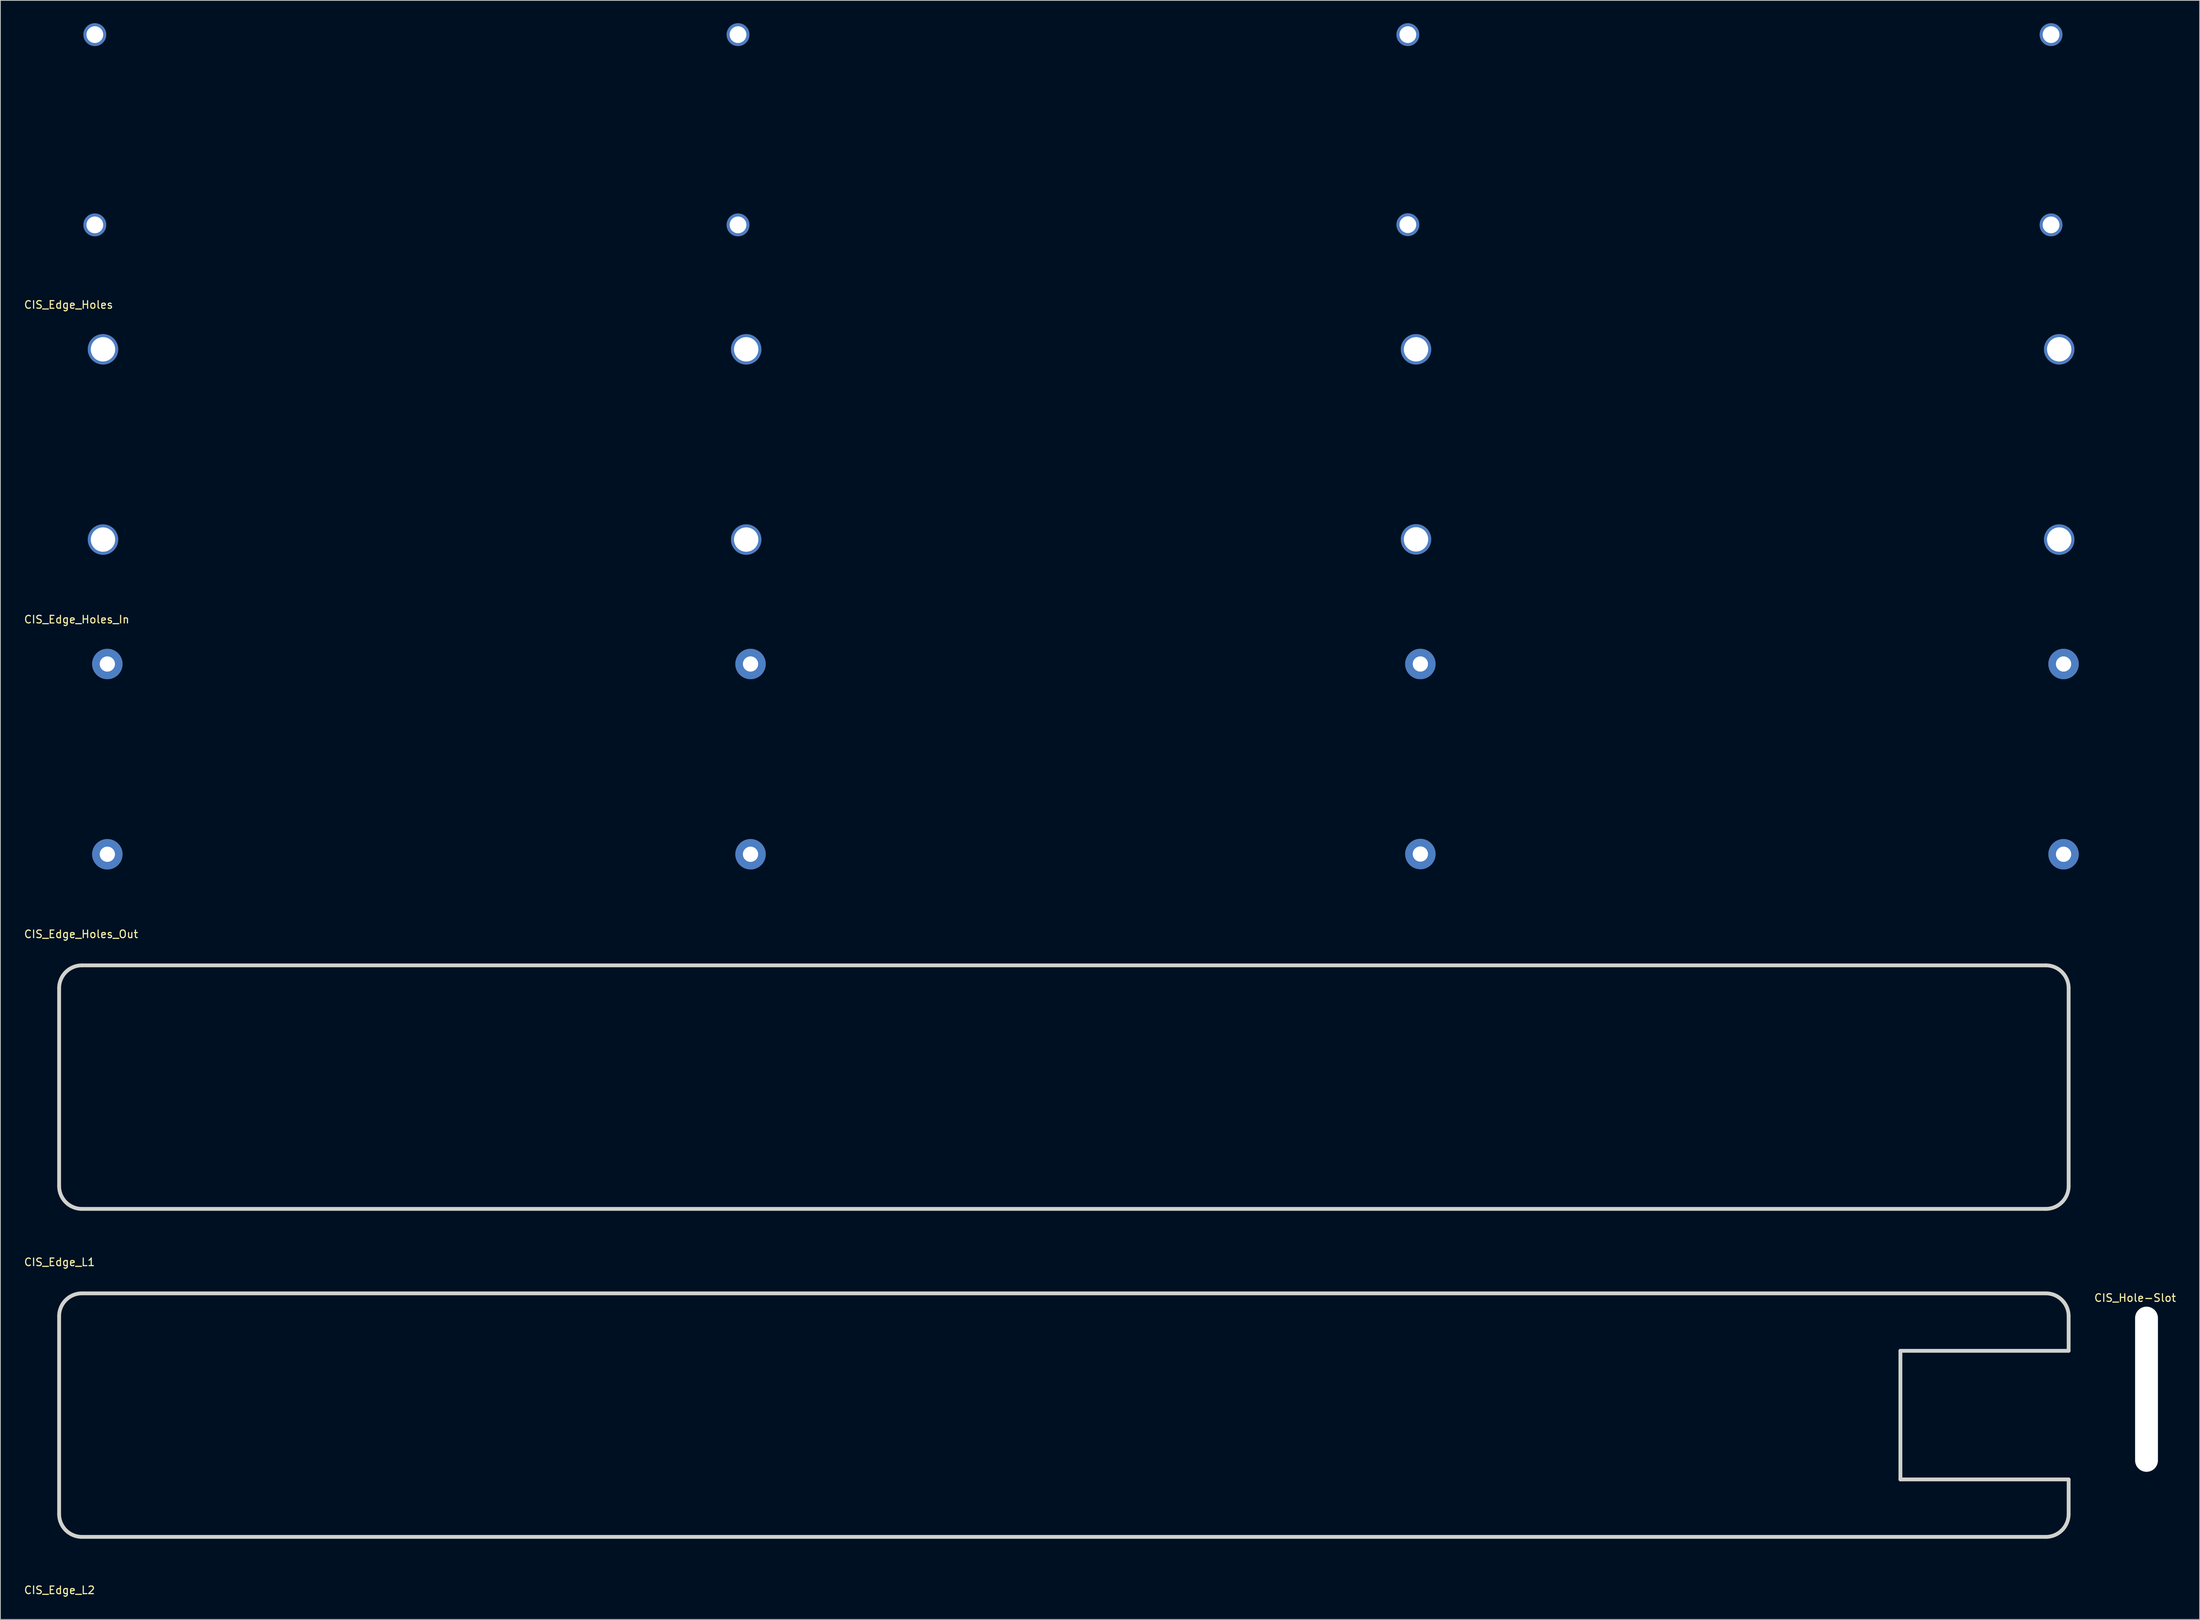
<source format=kicad_pcb>
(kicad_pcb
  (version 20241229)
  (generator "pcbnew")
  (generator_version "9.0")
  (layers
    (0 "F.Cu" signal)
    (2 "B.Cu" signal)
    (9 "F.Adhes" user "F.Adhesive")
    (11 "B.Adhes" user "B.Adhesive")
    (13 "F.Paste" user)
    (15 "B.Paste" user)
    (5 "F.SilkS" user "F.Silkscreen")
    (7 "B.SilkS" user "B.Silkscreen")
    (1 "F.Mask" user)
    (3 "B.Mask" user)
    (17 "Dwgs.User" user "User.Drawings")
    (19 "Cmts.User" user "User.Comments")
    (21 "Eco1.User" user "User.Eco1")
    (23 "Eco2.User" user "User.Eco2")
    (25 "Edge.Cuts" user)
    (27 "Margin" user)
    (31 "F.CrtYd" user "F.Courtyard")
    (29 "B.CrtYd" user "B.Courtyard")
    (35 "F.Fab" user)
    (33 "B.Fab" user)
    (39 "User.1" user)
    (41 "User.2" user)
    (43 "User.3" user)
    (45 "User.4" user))
  (footprint "CIS_Hole-Slot"
    (layer "F.Cu")
    (at 277.45 179.491)
    (property "Reference" "CIS_Hole-Slot" (at 0 -12 0) (layer "F.SilkS") (effects (font (size 1 1) (thickness 0.15))))
    (attr exclude_from_pos_files exclude_from_bom)
    (pad "" np_thru_hole oval (at 1.5 0) (size 3 21.7) (drill oval 3 21.7) (layers "*.Cu" "*.Mask")))
  (footprint "CIS_Edge_L1"
    (layer "F.Cu")
    (at 4.718 155.795)
    (property "Reference" "CIS_Edge_L1" (at 0.05 7 0) (unlocked yes) (layer "F.SilkS") (effects (font (size 1 1) (thickness 0.15))))
    (attr through_hole board_only exclude_from_pos_files exclude_from_bom)
    (fp_line (start 0 -29) (end 0 -3) (stroke (width 0.5) (type solid)) (layer "Edge.Cuts"))
    (fp_line (start 3 0) (end 261 0) (stroke (width 0.5) (type solid)) (layer "Edge.Cuts"))
    (fp_line (start 261 -32) (end 3 -32) (stroke (width 0.5) (type solid)) (layer "Edge.Cuts"))
    (fp_line (start 264 -3) (end 264 -29) (stroke (width 0.5) (type solid)) (layer "Edge.Cuts"))
    (fp_arc (start 0 -29) (mid 0.87868 -31.12132) (end 3 -32) (stroke (width 0.5) (type solid)) (layer "Edge.Cuts"))
    (fp_arc (start 3 0) (mid 0.87868 -0.87868) (end 0 -3) (stroke (width 0.5) (type solid)) (layer "Edge.Cuts"))
    (fp_arc (start 261 -32) (mid 263.12132 -31.12132) (end 264 -29) (stroke (width 0.5) (type solid)) (layer "Edge.Cuts"))
    (fp_arc (start 264 -3) (mid 263.12132 -0.87868) (end 261 0) (stroke (width 0.5) (type solid)) (layer "Edge.Cuts")))
  (footprint "CIS_Edge_Holes_In"
    (layer "F.Cu")
    (at 6.98 71.348)
    (property "Reference" "CIS_Edge_Holes_In" (at 0.05 7 0) (unlocked yes) (layer "F.SilkS") (effects (font (size 1 1) (thickness 0.15))))
    (attr through_hole board_only exclude_from_pos_files exclude_from_bom)
    (pad "" thru_hole circle (at 3.5 -28.5) (size 4 4) (drill 3.2) (layers "*.Cu" "*.Mask"))
    (pad "" thru_hole circle (at 3.5 -3.5) (size 4 4) (drill 3.2) (layers "*.Cu" "*.Mask"))
    (pad "" thru_hole circle (at 88 -28.5) (size 4 4) (drill 3.2) (layers "*.Cu" "*.Mask"))
    (pad "" thru_hole circle (at 88 -3.5) (size 4 4) (drill 3.2) (layers "*.Cu" "*.Mask"))
    (pad "" thru_hole circle (at 176 -28.5) (size 4 4) (drill 3.2) (layers "*.Cu" "*.Mask"))
    (pad "" thru_hole circle (at 176 -3.529) (size 4 4) (drill 3.2) (layers "*.Cu" "*.Mask"))
    (pad "" thru_hole circle (at 260.5 -28.5) (size 4 4) (drill 3.2) (layers "*.Cu" "*.Mask"))
    (pad "" thru_hole circle (at 260.5 -3.5) (size 4 4) (drill 3.2) (layers "*.Cu" "*.Mask")))
  (footprint "CIS_Edge_Holes"
    (layer "F.Cu")
    (at 5.908 30)
    (property "Reference" "CIS_Edge_Holes" (at 0.05 7 0) (unlocked yes) (layer "F.SilkS") (effects (font (size 1 1) (thickness 0.15))))
    (attr through_hole board_only exclude_from_pos_files exclude_from_bom)
    (pad "" thru_hole circle (at 3.5 -28.5) (size 3 3) (drill 2.2) (layers "*.Cu" "*.Mask"))
    (pad "" thru_hole circle (at 3.5 -3.5) (size 3 3) (drill 2.2) (layers "*.Cu" "*.Mask"))
    (pad "" thru_hole circle (at 88 -28.5) (size 3 3) (drill 2.2) (layers "*.Cu" "*.Mask"))
    (pad "" thru_hole circle (at 88 -3.5) (size 3 3) (drill 2.2) (layers "*.Cu" "*.Mask"))
    (pad "" thru_hole circle (at 176 -28.5) (size 3 3) (drill 2.2) (layers "*.Cu" "*.Mask"))
    (pad "" thru_hole circle (at 176 -3.529) (size 3 3) (drill 2.2) (layers "*.Cu" "*.Mask"))
    (pad "" thru_hole circle (at 260.5 -28.5) (size 3 3) (drill 2.2) (layers "*.Cu" "*.Mask"))
    (pad "" thru_hole circle (at 260.5 -3.5) (size 3 3) (drill 2.2) (layers "*.Cu" "*.Mask")))
  (footprint "CIS_Edge_L2"
    (layer "F.Cu")
    (at 4.718 198.893)
    (property "Reference" "CIS_Edge_L2" (at 0.05 7 0) (unlocked yes) (layer "F.SilkS") (effects (font (size 1 1) (thickness 0.15))))
    (attr through_hole board_only exclude_from_pos_files exclude_from_bom)
    (fp_line (start 0 -29) (end 0 -3) (stroke (width 0.5) (type solid)) (layer "Edge.Cuts"))
    (fp_line (start 3 0) (end 261 0) (stroke (width 0.5) (type solid)) (layer "Edge.Cuts"))
    (fp_line (start 241.9 -24.45) (end 264 -24.45) (stroke (width 0.5) (type solid)) (layer "Edge.Cuts"))
    (fp_line (start 241.9 -7.55) (end 241.9 -24.45) (stroke (width 0.5) (type solid)) (layer "Edge.Cuts"))
    (fp_line (start 261 -32) (end 3 -32) (stroke (width 0.5) (type solid)) (layer "Edge.Cuts"))
    (fp_line (start 264 -24.45) (end 264 -29) (stroke (width 0.5) (type solid)) (layer "Edge.Cuts"))
    (fp_line (start 264 -7.55) (end 241.9 -7.55) (stroke (width 0.5) (type solid)) (layer "Edge.Cuts"))
    (fp_line (start 264 -3) (end 264 -7.55) (stroke (width 0.5) (type solid)) (layer "Edge.Cuts"))
    (fp_arc (start 0 -29) (mid 0.87868 -31.12132) (end 3 -32) (stroke (width 0.5) (type solid)) (layer "Edge.Cuts"))
    (fp_arc (start 3 0) (mid 0.87868 -0.87868) (end 0 -3) (stroke (width 0.5) (type solid)) (layer "Edge.Cuts"))
    (fp_arc (start 261 -32) (mid 263.12132 -31.12132) (end 264 -29) (stroke (width 0.5) (type solid)) (layer "Edge.Cuts"))
    (fp_arc (start 264 -3) (mid 263.12132 -0.87868) (end 261 0) (stroke (width 0.5) (type solid)) (layer "Edge.Cuts")))
  (footprint "CIS_Edge_Holes_Out"
    (layer "F.Cu")
    (at 7.551 112.697)
    (property "Reference" "CIS_Edge_Holes_Out" (at 0.05 7 0) (unlocked yes) (layer "F.SilkS") (effects (font (size 1 1) (thickness 0.15))))
    (attr through_hole board_only exclude_from_pos_files exclude_from_bom)
    (pad "" thru_hole circle (at 3.5 -28.5) (size 4 4) (drill 2) (layers "*.Cu" "*.Mask"))
    (pad "" thru_hole circle (at 3.5 -3.5) (size 4 4) (drill 2) (layers "*.Cu" "*.Mask"))
    (pad "" thru_hole circle (at 88 -28.5) (size 4 4) (drill 2) (layers "*.Cu" "*.Mask"))
    (pad "" thru_hole circle (at 88 -3.5) (size 4 4) (drill 2) (layers "*.Cu" "*.Mask"))
    (pad "" thru_hole circle (at 176 -28.5) (size 4 4) (drill 2) (layers "*.Cu" "*.Mask"))
    (pad "" thru_hole circle (at 176 -3.529) (size 4 4) (drill 2) (layers "*.Cu" "*.Mask"))
    (pad "" thru_hole circle (at 260.5 -28.5) (size 4 4) (drill 2) (layers "*.Cu" "*.Mask"))
    (pad "" thru_hole circle (at 260.5 -3.5) (size 4 4) (drill 2) (layers "*.Cu" "*.Mask")))
  (gr_rect
    (start -3 -3)
    (end 285.932 209.741)
    (stroke (width 0.1) (type default))
    (fill no)
    (layer "Edge.Cuts")))
</source>
